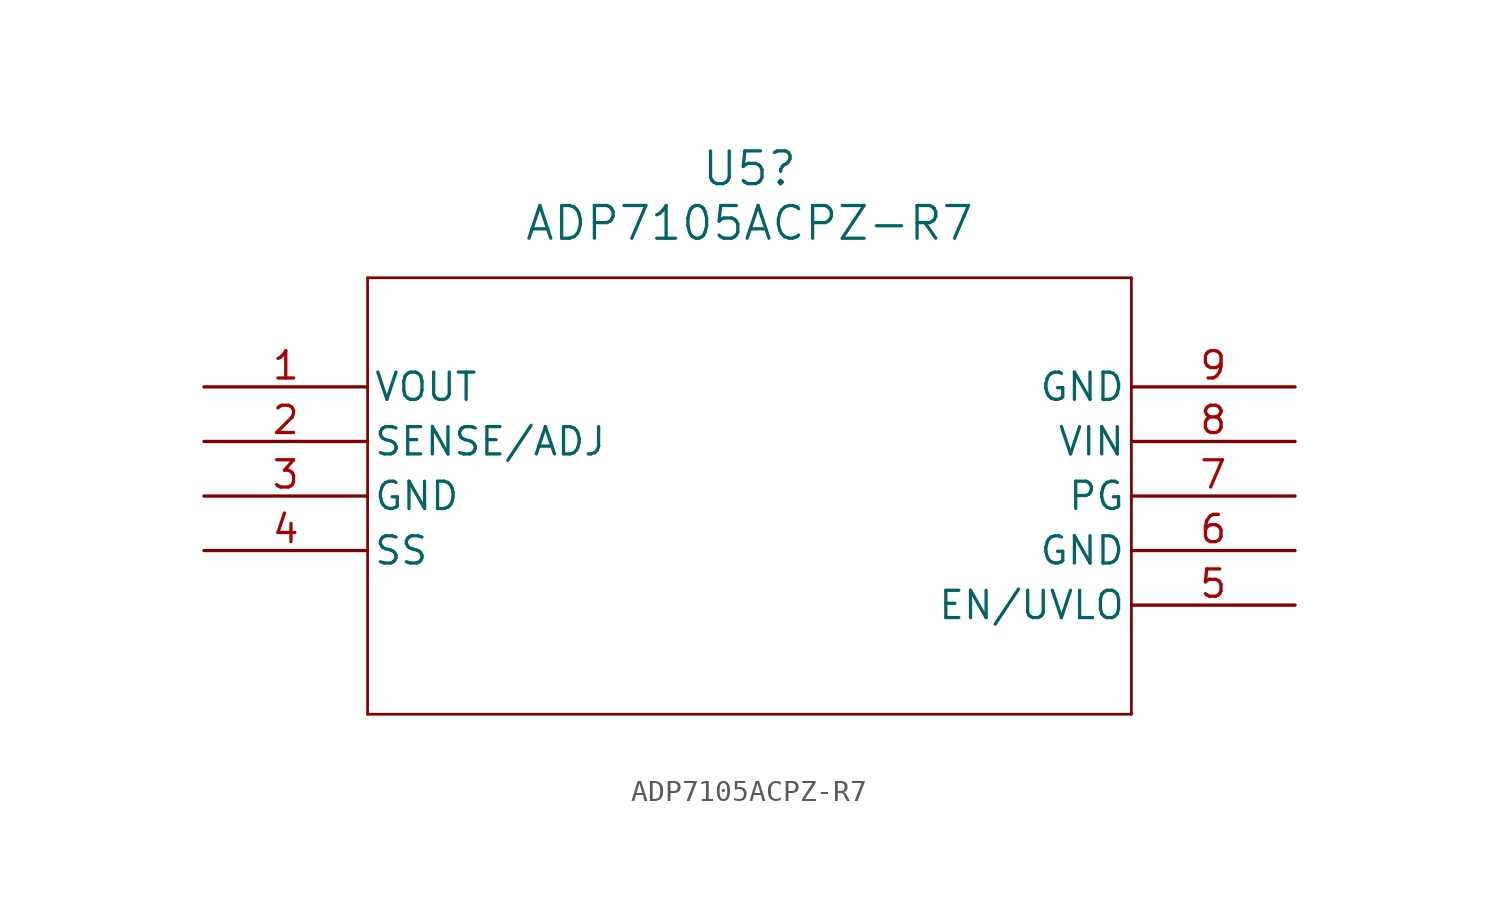
<source format=kicad_sym>
(kicad_symbol_lib
  (version 20231120)
  (generator "kicad_symbol_editor")
  (generator_version "8.0")
  (symbol "ADP7105ACPZ-R7"
    (pin_names
      (offset 0.254))
    (property "Reference" "U5"
      (at 25.4 10.16 0)
      (effects (font (size 1.524 1.524))))
    (property "Value" "ADP7105ACPZ-R7"
      (at 25.4 7.62 0)
      (effects (font (size 1.524 1.524))))
    (property "ki_locked" ""
      (at 0 0 0)
      (effects (font (size 1.27 1.27))))
    (symbol "ADP7105ACPZ-R7_0_1"
      (polyline (pts (xy 7.62 -15.24) (xy 43.18 -15.24)) (stroke (width 0.127) (type default)) (fill (type none)))
      (polyline (pts (xy 7.62 5.08) (xy 7.62 -15.24)) (stroke (width 0.127) (type default)) (fill (type none)))
      (polyline (pts (xy 43.18 -15.24) (xy 43.18 5.08)) (stroke (width 0.127) (type default)) (fill (type none)))
      (polyline (pts (xy 43.18 5.08) (xy 7.62 5.08)) (stroke (width 0.127) (type default)) (fill (type none)))
      (pin output line (at 0 0 0) (length 7.62) (name "VOUT" (effects (font (size 1.27 1.27)))) (number "1" (effects (font (size 1.27 1.27)))))
      (pin power_out line (at 0 -5.08 0) (length 7.62) (name "GND" (effects (font (size 1.27 1.27)))) (number "3" (effects (font (size 1.27 1.27)))))
      (pin unspecified line (at 0 -7.62 0) (length 7.62) (name "SS" (effects (font (size 1.27 1.27)))) (number "4" (effects (font (size 1.27 1.27)))))
      (pin input line (at 50.8 -10.16 180) (length 7.62) (name "EN/UVLO" (effects (font (size 1.27 1.27)))) (number "5" (effects (font (size 1.27 1.27)))))
      (pin power_out line (at 50.8 -7.62 180) (length 7.62) (name "GND" (effects (font (size 1.27 1.27)))) (number "6" (effects (font (size 1.27 1.27)))))
      (pin output line (at 50.8 -5.08 180) (length 7.62) (name "PG" (effects (font (size 1.27 1.27)))) (number "7" (effects (font (size 1.27 1.27)))))
      (pin power_in line (at 50.8 -2.54 180) (length 7.62) (name "VIN" (effects (font (size 1.27 1.27)))) (number "8" (effects (font (size 1.27 1.27)))))
      (pin power_out line (at 50.8 0 180) (length 7.62) (name "GND" (effects (font (size 1.27 1.27)))) (number "9" (effects (font (size 1.27 1.27))))))
    (symbol "ADP7105ACPZ-R7_1_1"
      (pin unspecified line (at 0 -2.54 0) (length 7.62) (name "SENSE/ADJ" (effects (font (size 1.27 1.27)))) (number "2" (effects (font (size 1.27 1.27))))))))
</source>
